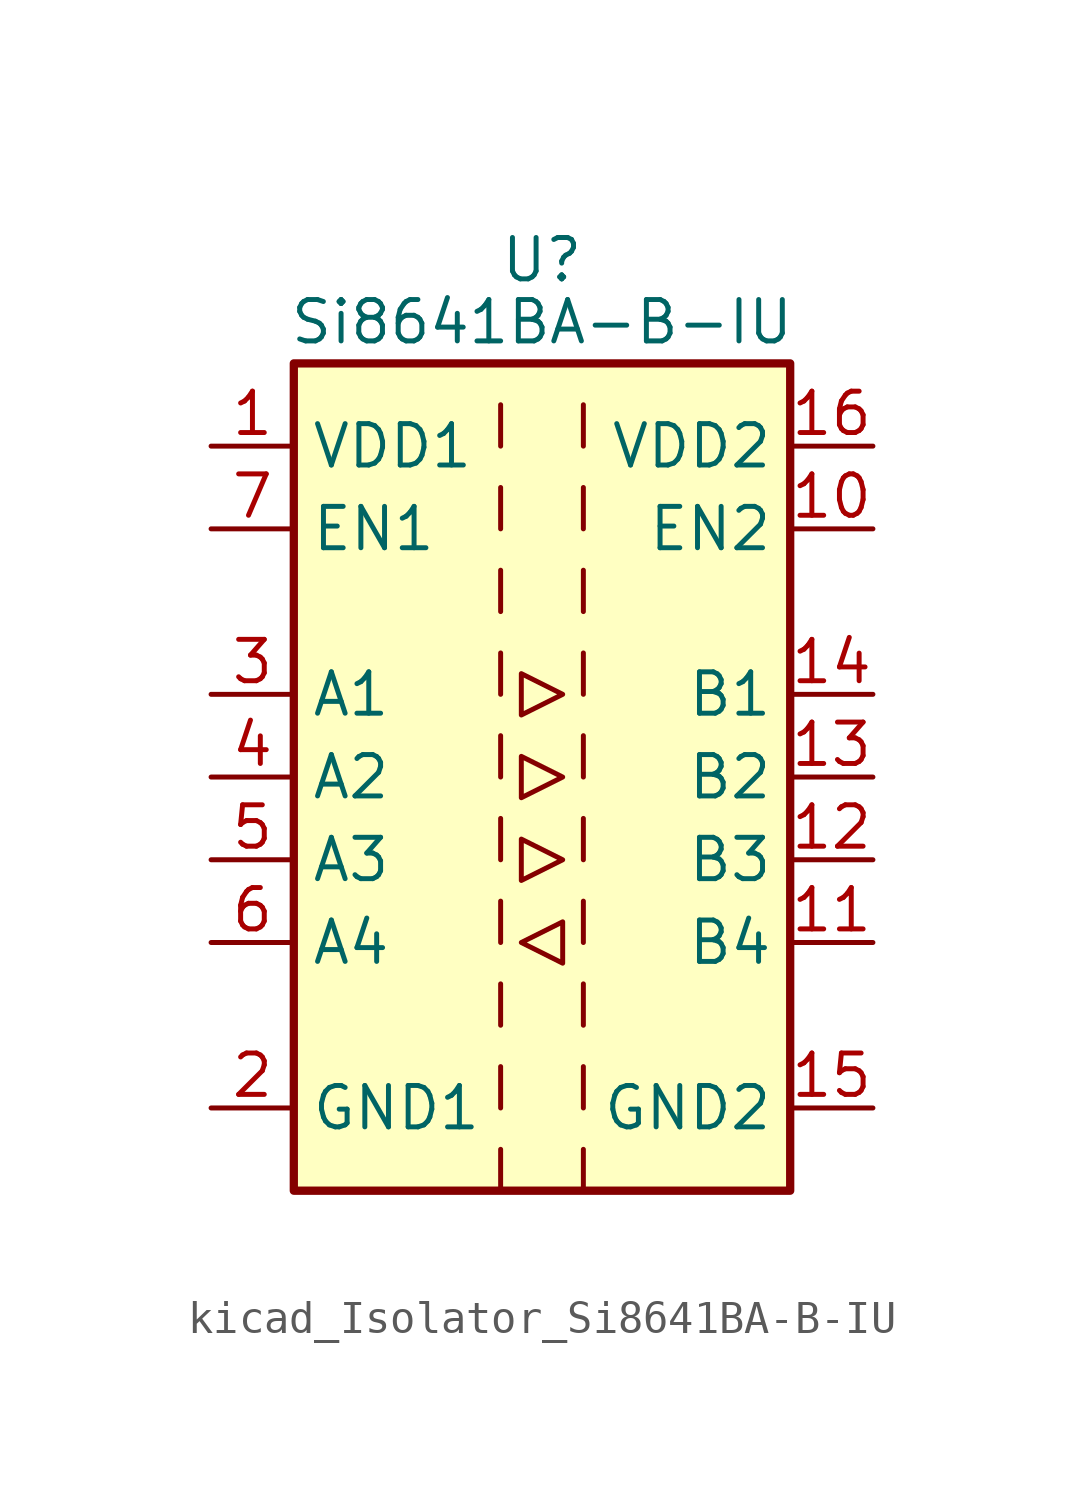
<source format=kicad_sym>
(kicad_symbol_lib
  (version 20220914)
  (generator kicad_symbol_editor)
  (symbol "kicad_Isolator_Si8641BA-B-IU"
    (property "Reference" "U"
      (at 0 15.875 0)
      (effects (font (size 1.27 1.27))))
    (property "Value" "Si8641BA-B-IU"
      (at 0 13.97 0)
      (effects (font (size 1.27 1.27))))
    (symbol "kicad_Isolator_Si8641BA-B-IU_0_1"
      (rectangle (start -7.62 12.7) (end 7.62 -12.7) (stroke (width 0.254) (type default)) (fill (type background)))
      (polyline (pts (xy -1.27 -11.43) (xy -1.27 -12.7)) (stroke (width 0) (type default)) (fill (type none)))
      (polyline (pts (xy -1.27 -8.89) (xy -1.27 -10.16)) (stroke (width 0) (type default)) (fill (type none)))
      (polyline (pts (xy -1.27 -6.35) (xy -1.27 -7.62)) (stroke (width 0) (type default)) (fill (type none)))
      (polyline (pts (xy -1.27 -3.81) (xy -1.27 -5.08)) (stroke (width 0) (type default)) (fill (type none)))
      (polyline (pts (xy -1.27 -1.27) (xy -1.27 -2.54)) (stroke (width 0) (type default)) (fill (type none)))
      (polyline (pts (xy -1.27 1.27) (xy -1.27 0)) (stroke (width 0) (type default)) (fill (type none)))
      (polyline (pts (xy -1.27 3.81) (xy -1.27 2.54)) (stroke (width 0) (type default)) (fill (type none)))
      (polyline (pts (xy -1.27 6.35) (xy -1.27 5.08)) (stroke (width 0) (type default)) (fill (type none)))
      (polyline (pts (xy -1.27 8.89) (xy -1.27 7.62)) (stroke (width 0) (type default)) (fill (type none)))
      (polyline (pts (xy -1.27 11.43) (xy -1.27 10.16)) (stroke (width 0) (type default)) (fill (type none)))
      (polyline (pts (xy 1.27 -11.43) (xy 1.27 -12.7)) (stroke (width 0) (type default)) (fill (type none)))
      (polyline (pts (xy 1.27 -8.89) (xy 1.27 -10.16)) (stroke (width 0) (type default)) (fill (type none)))
      (polyline (pts (xy 1.27 -6.35) (xy 1.27 -7.62)) (stroke (width 0) (type default)) (fill (type none)))
      (polyline (pts (xy 1.27 -3.81) (xy 1.27 -5.08)) (stroke (width 0) (type default)) (fill (type none)))
      (polyline (pts (xy 1.27 -1.27) (xy 1.27 -2.54)) (stroke (width 0) (type default)) (fill (type none)))
      (polyline (pts (xy 1.27 1.27) (xy 1.27 0)) (stroke (width 0) (type default)) (fill (type none)))
      (polyline (pts (xy 1.27 3.81) (xy 1.27 2.54)) (stroke (width 0) (type default)) (fill (type none)))
      (polyline (pts (xy 1.27 6.35) (xy 1.27 5.08)) (stroke (width 0) (type default)) (fill (type none)))
      (polyline (pts (xy 1.27 8.89) (xy 1.27 7.62)) (stroke (width 0) (type default)) (fill (type none)))
      (polyline (pts (xy 1.27 11.43) (xy 1.27 10.16)) (stroke (width 0) (type default)) (fill (type none)))
      (polyline (pts (xy -0.635 -5.08) (xy 0.635 -4.445) (xy 0.635 -5.715) (xy -0.635 -5.08)) (stroke (width 0) (type default)) (fill (type none)))
      (polyline (pts (xy -0.635 0.635) (xy -0.635 -0.635) (xy 0.635 0) (xy -0.635 0.635)) (stroke (width 0) (type default)) (fill (type none)))
      (polyline (pts (xy -0.635 3.175) (xy -0.635 1.905) (xy 0.635 2.54) (xy -0.635 3.175)) (stroke (width 0) (type default)) (fill (type none)))
      (polyline (pts (xy 0.635 -2.54) (xy -0.635 -1.905) (xy -0.635 -3.175) (xy 0.635 -2.54)) (stroke (width 0) (type default)) (fill (type none))))
    (symbol "kicad_Isolator_Si8641BA-B-IU_1_1"
      (pin power_in line (at -10.16 10.16 0) (length 2.54) (name "VDD1" (effects (font (size 1.27 1.27)))) (number "1" (effects (font (size 1.27 1.27)))))
      (pin input line (at 10.16 7.62 180) (length 2.54) (name "EN2" (effects (font (size 1.27 1.27)))) (number "10" (effects (font (size 1.27 1.27)))))
      (pin input line (at 10.16 -5.08 180) (length 2.54) (name "B4" (effects (font (size 1.27 1.27)))) (number "11" (effects (font (size 1.27 1.27)))))
      (pin output line (at 10.16 -2.54 180) (length 2.54) (name "B3" (effects (font (size 1.27 1.27)))) (number "12" (effects (font (size 1.27 1.27)))))
      (pin output line (at 10.16 0 180) (length 2.54) (name "B2" (effects (font (size 1.27 1.27)))) (number "13" (effects (font (size 1.27 1.27)))))
      (pin output line (at 10.16 2.54 180) (length 2.54) (name "B1" (effects (font (size 1.27 1.27)))) (number "14" (effects (font (size 1.27 1.27)))))
      (pin power_in line (at 10.16 -10.16 180) (length 2.54) (name "GND2" (effects (font (size 1.27 1.27)))) (number "15" (effects (font (size 1.27 1.27)))))
      (pin power_in line (at 10.16 10.16 180) (length 2.54) (name "VDD2" (effects (font (size 1.27 1.27)))) (number "16" (effects (font (size 1.27 1.27)))))
      (pin power_in line (at -10.16 -10.16 0) (length 2.54) (name "GND1" (effects (font (size 1.27 1.27)))) (number "2" (effects (font (size 1.27 1.27)))))
      (pin input line (at -10.16 2.54 0) (length 2.54) (name "A1" (effects (font (size 1.27 1.27)))) (number "3" (effects (font (size 1.27 1.27)))))
      (pin input line (at -10.16 0 0) (length 2.54) (name "A2" (effects (font (size 1.27 1.27)))) (number "4" (effects (font (size 1.27 1.27)))))
      (pin input line (at -10.16 -2.54 0) (length 2.54) (name "A3" (effects (font (size 1.27 1.27)))) (number "5" (effects (font (size 1.27 1.27)))))
      (pin output line (at -10.16 -5.08 0) (length 2.54) (name "A4" (effects (font (size 1.27 1.27)))) (number "6" (effects (font (size 1.27 1.27)))))
      (pin input line (at -10.16 7.62 0) (length 2.54) (name "EN1" (effects (font (size 1.27 1.27)))) (number "7" (effects (font (size 1.27 1.27)))))
      (pin passive line (at -10.16 -10.16 0) (length 2.54) hide (name "GND1" (effects (font (size 1.27 1.27)))) (number "8" (effects (font (size 1.27 1.27)))))
      (pin passive line (at 10.16 -10.16 180) (length 2.54) hide (name "GND2" (effects (font (size 1.27 1.27)))) (number "9" (effects (font (size 1.27 1.27))))))))
</source>
